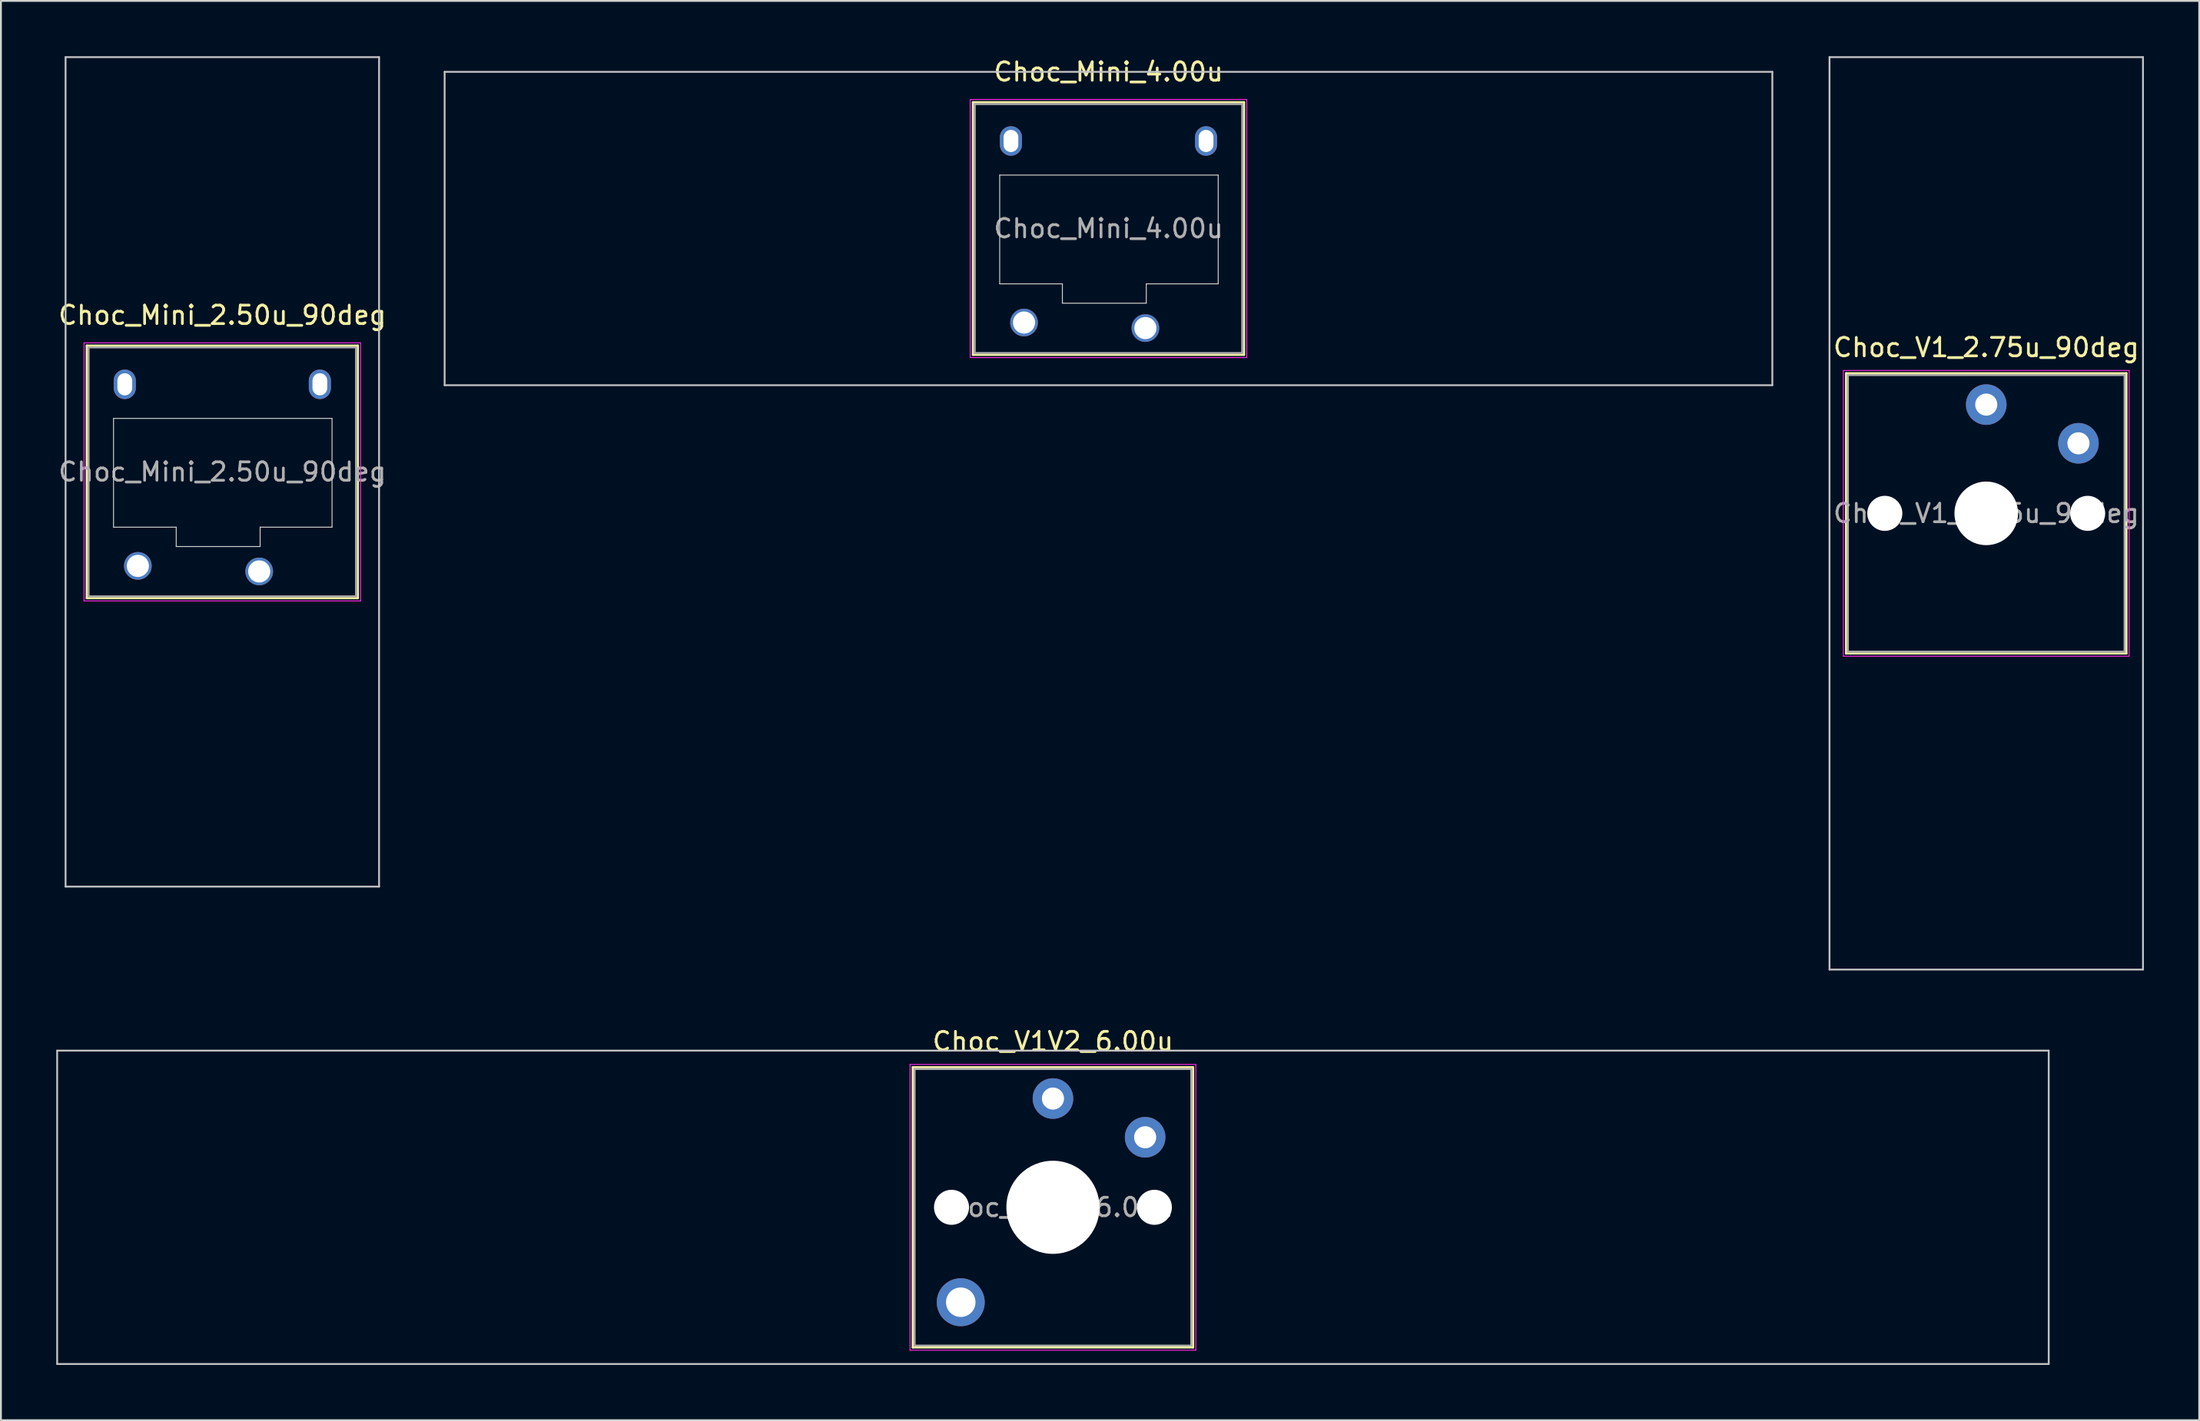
<source format=kicad_pcb>
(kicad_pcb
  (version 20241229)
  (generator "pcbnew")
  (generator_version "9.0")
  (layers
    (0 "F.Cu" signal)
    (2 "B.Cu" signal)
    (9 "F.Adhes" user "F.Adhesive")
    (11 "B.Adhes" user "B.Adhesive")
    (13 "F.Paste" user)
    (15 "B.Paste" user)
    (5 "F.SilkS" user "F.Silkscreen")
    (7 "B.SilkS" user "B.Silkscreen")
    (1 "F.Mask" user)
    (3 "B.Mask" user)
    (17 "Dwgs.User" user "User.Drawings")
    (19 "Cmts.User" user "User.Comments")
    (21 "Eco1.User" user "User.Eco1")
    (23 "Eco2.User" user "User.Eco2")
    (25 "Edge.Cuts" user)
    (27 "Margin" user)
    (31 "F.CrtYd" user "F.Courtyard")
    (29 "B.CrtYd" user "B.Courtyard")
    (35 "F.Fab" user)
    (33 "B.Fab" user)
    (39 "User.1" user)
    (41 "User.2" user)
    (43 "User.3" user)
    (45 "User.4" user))
  (footprint "Choc_Mini_2.50u_90deg"
    (layer "F.Cu")
    (at 9.006 22.55)
    (property "Reference" "Choc_Mini_2.50u_90deg" (at 0 -8.5 0) (layer "F.SilkS") (effects (font (size 1 1) (thickness 0.15))))
    (attr through_hole)
    (fp_line (start -7.35 -6.85) (end -7.35 6.85) (stroke (width 0.12) (type solid)) (layer "F.SilkS"))
    (fp_line (start -7.35 6.85) (end 7.35 6.85) (stroke (width 0.12) (type solid)) (layer "F.SilkS"))
    (fp_line (start 7.35 -6.85) (end -7.35 -6.85) (stroke (width 0.12) (type solid)) (layer "F.SilkS"))
    (fp_line (start 7.35 6.85) (end 7.35 -6.85) (stroke (width 0.12) (type solid)) (layer "F.SilkS"))
    (fp_line (start -8.5 -22.5) (end 8.5 -22.5) (stroke (width 0.1) (type solid)) (layer "Dwgs.User"))
    (fp_line (start -8.5 22.5) (end -8.5 -22.5) (stroke (width 0.1) (type solid)) (layer "Dwgs.User"))
    (fp_line (start 8.5 -22.5) (end 8.5 22.5) (stroke (width 0.1) (type solid)) (layer "Dwgs.User"))
    (fp_line (start 8.5 22.5) (end -8.5 22.5) (stroke (width 0.1) (type solid)) (layer "Dwgs.User"))
    (fp_line (start -6.85 -6.35) (end -6.85 6.35) (stroke (width 0.1) (type solid)) (layer "Eco1.User"))
    (fp_line (start -6.85 6.35) (end 6.85 6.35) (stroke (width 0.1) (type solid)) (layer "Eco1.User"))
    (fp_line (start 6.85 -6.35) (end -6.85 -6.35) (stroke (width 0.1) (type solid)) (layer "Eco1.User"))
    (fp_line (start 6.85 6.35) (end 6.85 -6.35) (stroke (width 0.1) (type solid)) (layer "Eco1.User"))
    (fp_line (start -5.9 -2.9) (end -5.9 3) (stroke (width 0.05) (type solid)) (layer "Edge.Cuts"))
    (fp_line (start -5.9 3) (end -2.5 3) (stroke (width 0.05) (type solid)) (layer "Edge.Cuts"))
    (fp_line (start -2.5 3) (end -2.5 4.05) (stroke (width 0.05) (type solid)) (layer "Edge.Cuts"))
    (fp_line (start -2.5 4.05) (end 2.05 4.05) (stroke (width 0.05) (type solid)) (layer "Edge.Cuts"))
    (fp_line (start 2.05 3) (end 5.95 3) (stroke (width 0.05) (type solid)) (layer "Edge.Cuts"))
    (fp_line (start 2.05 4.05) (end 2.05 3) (stroke (width 0.05) (type solid)) (layer "Edge.Cuts"))
    (fp_line (start 5.95 -2.9) (end -5.9 -2.9) (stroke (width 0.05) (type solid)) (layer "Edge.Cuts"))
    (fp_line (start 5.95 3) (end 5.95 -2.9) (stroke (width 0.05) (type solid)) (layer "Edge.Cuts"))
    (fp_line (start -7.5 -7) (end -7.5 7) (stroke (width 0.05) (type solid)) (layer "F.CrtYd"))
    (fp_line (start -7.5 7) (end 7.5 7) (stroke (width 0.05) (type solid)) (layer "F.CrtYd"))
    (fp_line (start 7.5 -7) (end -7.5 -7) (stroke (width 0.05) (type solid)) (layer "F.CrtYd"))
    (fp_line (start 7.5 7) (end 7.5 -7) (stroke (width 0.05) (type solid)) (layer "F.CrtYd"))
    (fp_line (start -7.25 -6.75) (end -7.25 6.75) (stroke (width 0.1) (type solid)) (layer "F.Fab"))
    (fp_line (start -7.25 6.75) (end 7.25 6.75) (stroke (width 0.1) (type solid)) (layer "F.Fab"))
    (fp_line (start 7.25 -6.75) (end -7.25 -6.75) (stroke (width 0.1) (type solid)) (layer "F.Fab"))
    (fp_line (start 7.25 6.75) (end 7.25 -6.75) (stroke (width 0.1) (type solid)) (layer "F.Fab"))
    (fp_text user "${REFERENCE}" (at 0 0 0) (layer "F.Fab") (effects (font (size 1 1) (thickness 0.15))))
    (pad "" np_thru_hole oval (at -5.29 -4.75) (size 1.2 1.6) (drill oval 0.8 1.2) (layers "*.Cu" "*.Mask"))
    (pad "" np_thru_hole oval (at 5.29 -4.75) (size 1.2 1.6) (drill oval 0.8 1.2) (layers "*.Cu" "*.Mask"))
    (pad "1" thru_hole circle (at 2 5.4) (size 1.5 1.5) (drill 1.2) (layers "*.Cu" "*.Mask"))
    (pad "2" thru_hole circle (at -4.58 5.1) (size 1.5 1.5) (drill 1.2) (layers "*.Cu" "*.Mask")))
  (footprint "Choc_V1_2.75u_90deg"
    (layer "F.Cu")
    (at 104.662 24.8)
    (property "Reference" "Choc_V1_2.75u_90deg" (at 0 -9 0) (layer "F.SilkS") (effects (font (size 1 1) (thickness 0.15))))
    (attr through_hole)
    (fp_line (start -7.6 -7.6) (end -7.6 7.6) (stroke (width 0.12) (type solid)) (layer "F.SilkS"))
    (fp_line (start -7.6 7.6) (end 7.6 7.6) (stroke (width 0.12) (type solid)) (layer "F.SilkS"))
    (fp_line (start 7.6 -7.6) (end -7.6 -7.6) (stroke (width 0.12) (type solid)) (layer "F.SilkS"))
    (fp_line (start 7.6 7.6) (end 7.6 -7.6) (stroke (width 0.12) (type solid)) (layer "F.SilkS"))
    (fp_line (start -8.5 -24.75) (end 8.5 -24.75) (stroke (width 0.1) (type solid)) (layer "Dwgs.User"))
    (fp_line (start -8.5 24.75) (end -8.5 -24.75) (stroke (width 0.1) (type solid)) (layer "Dwgs.User"))
    (fp_line (start 8.5 -24.75) (end 8.5 24.75) (stroke (width 0.1) (type solid)) (layer "Dwgs.User"))
    (fp_line (start 8.5 24.75) (end -8.5 24.75) (stroke (width 0.1) (type solid)) (layer "Dwgs.User"))
    (fp_line (start -7.25 -7.25) (end -7.25 7.25) (stroke (width 0.1) (type solid)) (layer "Eco1.User"))
    (fp_line (start -7.25 7.25) (end 7.25 7.25) (stroke (width 0.1) (type solid)) (layer "Eco1.User"))
    (fp_line (start 7.25 -7.25) (end -7.25 -7.25) (stroke (width 0.1) (type solid)) (layer "Eco1.User"))
    (fp_line (start 7.25 7.25) (end 7.25 -7.25) (stroke (width 0.1) (type solid)) (layer "Eco1.User"))
    (fp_line (start -7.75 -7.75) (end -7.75 7.75) (stroke (width 0.05) (type solid)) (layer "F.CrtYd"))
    (fp_line (start -7.75 7.75) (end 7.75 7.75) (stroke (width 0.05) (type solid)) (layer "F.CrtYd"))
    (fp_line (start 7.75 -7.75) (end -7.75 -7.75) (stroke (width 0.05) (type solid)) (layer "F.CrtYd"))
    (fp_line (start 7.75 7.75) (end 7.75 -7.75) (stroke (width 0.05) (type solid)) (layer "F.CrtYd"))
    (fp_line (start -7.5 -7.5) (end -7.5 7.5) (stroke (width 0.1) (type solid)) (layer "F.Fab"))
    (fp_line (start -7.5 7.5) (end 7.5 7.5) (stroke (width 0.1) (type solid)) (layer "F.Fab"))
    (fp_line (start 7.5 -7.5) (end -7.5 -7.5) (stroke (width 0.1) (type solid)) (layer "F.Fab"))
    (fp_line (start 7.5 7.5) (end 7.5 -7.5) (stroke (width 0.1) (type solid)) (layer "F.Fab"))
    (fp_text user "${REFERENCE}" (at 0 0 0) (layer "F.Fab") (effects (font (size 1 1) (thickness 0.15))))
    (pad "" np_thru_hole circle (at -5.5 0) (size 1.9 1.9) (drill 1.9) (layers "*.Cu" "*.Mask"))
    (pad "" np_thru_hole circle (at 0 0) (size 3.45 3.45) (drill 3.45) (layers "*.Cu" "*.Mask"))
    (pad "" np_thru_hole circle (at 5.5 0) (size 1.9 1.9) (drill 1.9) (layers "*.Cu" "*.Mask"))
    (pad "1" thru_hole circle (at 0 -5.9) (size 2.2 2.2) (drill 1.2) (layers "*.Cu" "*.Mask"))
    (pad "2" thru_hole circle (at 5 -3.8) (size 2.2 2.2) (drill 1.2) (layers "*.Cu" "*.Mask")))
  (footprint "Choc_Mini_4.00u"
    (layer "F.Cu")
    (at 57.062 9.348)
    (property "Reference" "Choc_Mini_4.00u" (at 0 -8.5 0) (layer "F.SilkS") (effects (font (size 1 1) (thickness 0.15))))
    (attr through_hole)
    (fp_line (start -7.35 -6.85) (end -7.35 6.85) (stroke (width 0.12) (type solid)) (layer "F.SilkS"))
    (fp_line (start -7.35 6.85) (end 7.35 6.85) (stroke (width 0.12) (type solid)) (layer "F.SilkS"))
    (fp_line (start 7.35 -6.85) (end -7.35 -6.85) (stroke (width 0.12) (type solid)) (layer "F.SilkS"))
    (fp_line (start 7.35 6.85) (end 7.35 -6.85) (stroke (width 0.12) (type solid)) (layer "F.SilkS"))
    (fp_line (start -36 -8.5) (end -36 8.5) (stroke (width 0.1) (type solid)) (layer "Dwgs.User"))
    (fp_line (start -36 8.5) (end 36 8.5) (stroke (width 0.1) (type solid)) (layer "Dwgs.User"))
    (fp_line (start 36 -8.5) (end -36 -8.5) (stroke (width 0.1) (type solid)) (layer "Dwgs.User"))
    (fp_line (start 36 8.5) (end 36 -8.5) (stroke (width 0.1) (type solid)) (layer "Dwgs.User"))
    (fp_line (start -6.85 -6.35) (end -6.85 6.35) (stroke (width 0.1) (type solid)) (layer "Eco1.User"))
    (fp_line (start -6.85 6.35) (end 6.85 6.35) (stroke (width 0.1) (type solid)) (layer "Eco1.User"))
    (fp_line (start 6.85 -6.35) (end -6.85 -6.35) (stroke (width 0.1) (type solid)) (layer "Eco1.User"))
    (fp_line (start 6.85 6.35) (end 6.85 -6.35) (stroke (width 0.1) (type solid)) (layer "Eco1.User"))
    (fp_line (start -5.9 -2.9) (end -5.9 3) (stroke (width 0.05) (type solid)) (layer "Edge.Cuts"))
    (fp_line (start -5.9 3) (end -2.5 3) (stroke (width 0.05) (type solid)) (layer "Edge.Cuts"))
    (fp_line (start -2.5 3) (end -2.5 4.05) (stroke (width 0.05) (type solid)) (layer "Edge.Cuts"))
    (fp_line (start -2.5 4.05) (end 2.05 4.05) (stroke (width 0.05) (type solid)) (layer "Edge.Cuts"))
    (fp_line (start 2.05 3) (end 5.95 3) (stroke (width 0.05) (type solid)) (layer "Edge.Cuts"))
    (fp_line (start 2.05 4.05) (end 2.05 3) (stroke (width 0.05) (type solid)) (layer "Edge.Cuts"))
    (fp_line (start 5.95 -2.9) (end -5.9 -2.9) (stroke (width 0.05) (type solid)) (layer "Edge.Cuts"))
    (fp_line (start 5.95 3) (end 5.95 -2.9) (stroke (width 0.05) (type solid)) (layer "Edge.Cuts"))
    (fp_line (start -7.5 -7) (end -7.5 7) (stroke (width 0.05) (type solid)) (layer "F.CrtYd"))
    (fp_line (start -7.5 7) (end 7.5 7) (stroke (width 0.05) (type solid)) (layer "F.CrtYd"))
    (fp_line (start 7.5 -7) (end -7.5 -7) (stroke (width 0.05) (type solid)) (layer "F.CrtYd"))
    (fp_line (start 7.5 7) (end 7.5 -7) (stroke (width 0.05) (type solid)) (layer "F.CrtYd"))
    (fp_line (start -7.25 -6.75) (end -7.25 6.75) (stroke (width 0.1) (type solid)) (layer "F.Fab"))
    (fp_line (start -7.25 6.75) (end 7.25 6.75) (stroke (width 0.1) (type solid)) (layer "F.Fab"))
    (fp_line (start 7.25 -6.75) (end -7.25 -6.75) (stroke (width 0.1) (type solid)) (layer "F.Fab"))
    (fp_line (start 7.25 6.75) (end 7.25 -6.75) (stroke (width 0.1) (type solid)) (layer "F.Fab"))
    (fp_text user "${REFERENCE}" (at 0 0 0) (layer "F.Fab") (effects (font (size 1 1) (thickness 0.15))))
    (pad "" np_thru_hole oval (at -5.29 -4.75) (size 1.2 1.6) (drill oval 0.8 1.2) (layers "*.Cu" "*.Mask"))
    (pad "" np_thru_hole oval (at 5.29 -4.75) (size 1.2 1.6) (drill oval 0.8 1.2) (layers "*.Cu" "*.Mask"))
    (pad "1" thru_hole circle (at 2 5.4) (size 1.5 1.5) (drill 1.2) (layers "*.Cu" "*.Mask"))
    (pad "2" thru_hole circle (at -4.58 5.1) (size 1.5 1.5) (drill 1.2) (layers "*.Cu" "*.Mask")))
  (footprint "Choc_V1V2_6.00u"
    (layer "F.Cu")
    (at 54.05 62.448)
    (property "Reference" "Choc_V1V2_6.00u" (at 0 -9 0) (layer "F.SilkS") (effects (font (size 1 1) (thickness 0.15))))
    (attr through_hole)
    (fp_line (start -7.6 -7.6) (end -7.6 7.6) (stroke (width 0.12) (type solid)) (layer "F.SilkS"))
    (fp_line (start -7.6 7.6) (end 7.6 7.6) (stroke (width 0.12) (type solid)) (layer "F.SilkS"))
    (fp_line (start 7.6 -7.6) (end -7.6 -7.6) (stroke (width 0.12) (type solid)) (layer "F.SilkS"))
    (fp_line (start 7.6 7.6) (end 7.6 -7.6) (stroke (width 0.12) (type solid)) (layer "F.SilkS"))
    (fp_line (start -54 -8.5) (end -54 8.5) (stroke (width 0.1) (type solid)) (layer "Dwgs.User"))
    (fp_line (start -54 8.5) (end 54 8.5) (stroke (width 0.1) (type solid)) (layer "Dwgs.User"))
    (fp_line (start 54 -8.5) (end -54 -8.5) (stroke (width 0.1) (type solid)) (layer "Dwgs.User"))
    (fp_line (start 54 8.5) (end 54 -8.5) (stroke (width 0.1) (type solid)) (layer "Dwgs.User"))
    (fp_line (start -7.25 -7.25) (end -7.25 7.25) (stroke (width 0.1) (type solid)) (layer "Eco1.User"))
    (fp_line (start -7.25 7.25) (end 7.25 7.25) (stroke (width 0.1) (type solid)) (layer "Eco1.User"))
    (fp_line (start 7.25 -7.25) (end -7.25 -7.25) (stroke (width 0.1) (type solid)) (layer "Eco1.User"))
    (fp_line (start 7.25 7.25) (end 7.25 -7.25) (stroke (width 0.1) (type solid)) (layer "Eco1.User"))
    (fp_line (start -7.75 -7.75) (end -7.75 7.75) (stroke (width 0.05) (type solid)) (layer "F.CrtYd"))
    (fp_line (start -7.75 7.75) (end 7.75 7.75) (stroke (width 0.05) (type solid)) (layer "F.CrtYd"))
    (fp_line (start 7.75 -7.75) (end -7.75 -7.75) (stroke (width 0.05) (type solid)) (layer "F.CrtYd"))
    (fp_line (start 7.75 7.75) (end 7.75 -7.75) (stroke (width 0.05) (type solid)) (layer "F.CrtYd"))
    (fp_line (start -7.5 -7.5) (end -7.5 7.5) (stroke (width 0.1) (type solid)) (layer "F.Fab"))
    (fp_line (start -7.5 7.5) (end 7.5 7.5) (stroke (width 0.1) (type solid)) (layer "F.Fab"))
    (fp_line (start 7.5 -7.5) (end -7.5 -7.5) (stroke (width 0.1) (type solid)) (layer "F.Fab"))
    (fp_line (start 7.5 7.5) (end 7.5 -7.5) (stroke (width 0.1) (type solid)) (layer "F.Fab"))
    (fp_text user "${REFERENCE}" (at 0 0 0) (layer "F.Fab") (effects (font (size 1 1) (thickness 0.15))))
    (pad "" np_thru_hole circle (at -5.5 0) (size 1.9 1.9) (drill 1.9) (layers "*.Cu" "*.Mask"))
    (pad "" thru_hole circle (at -5 5.15) (size 2.6 2.6) (drill 1.6) (layers "*.Cu" "*.Mask"))
    (pad "" np_thru_hole circle (at 0 0) (size 5.05 5.05) (drill 5.05) (layers "*.Cu" "*.Mask"))
    (pad "" np_thru_hole circle (at 5.5 0) (size 1.9 1.9) (drill 1.9) (layers "*.Cu" "*.Mask"))
    (pad "1" thru_hole circle (at 0 -5.9) (size 2.2 2.2) (drill 1.2) (layers "*.Cu" "*.Mask"))
    (pad "2" thru_hole circle (at 5 -3.8) (size 2.2 2.2) (drill 1.2) (layers "*.Cu" "*.Mask")))
  (gr_rect
    (start -3 -3)
    (end 116.212 73.998)
    (stroke (width 0.1) (type default))
    (fill no)
    (layer "Edge.Cuts")))
</source>
